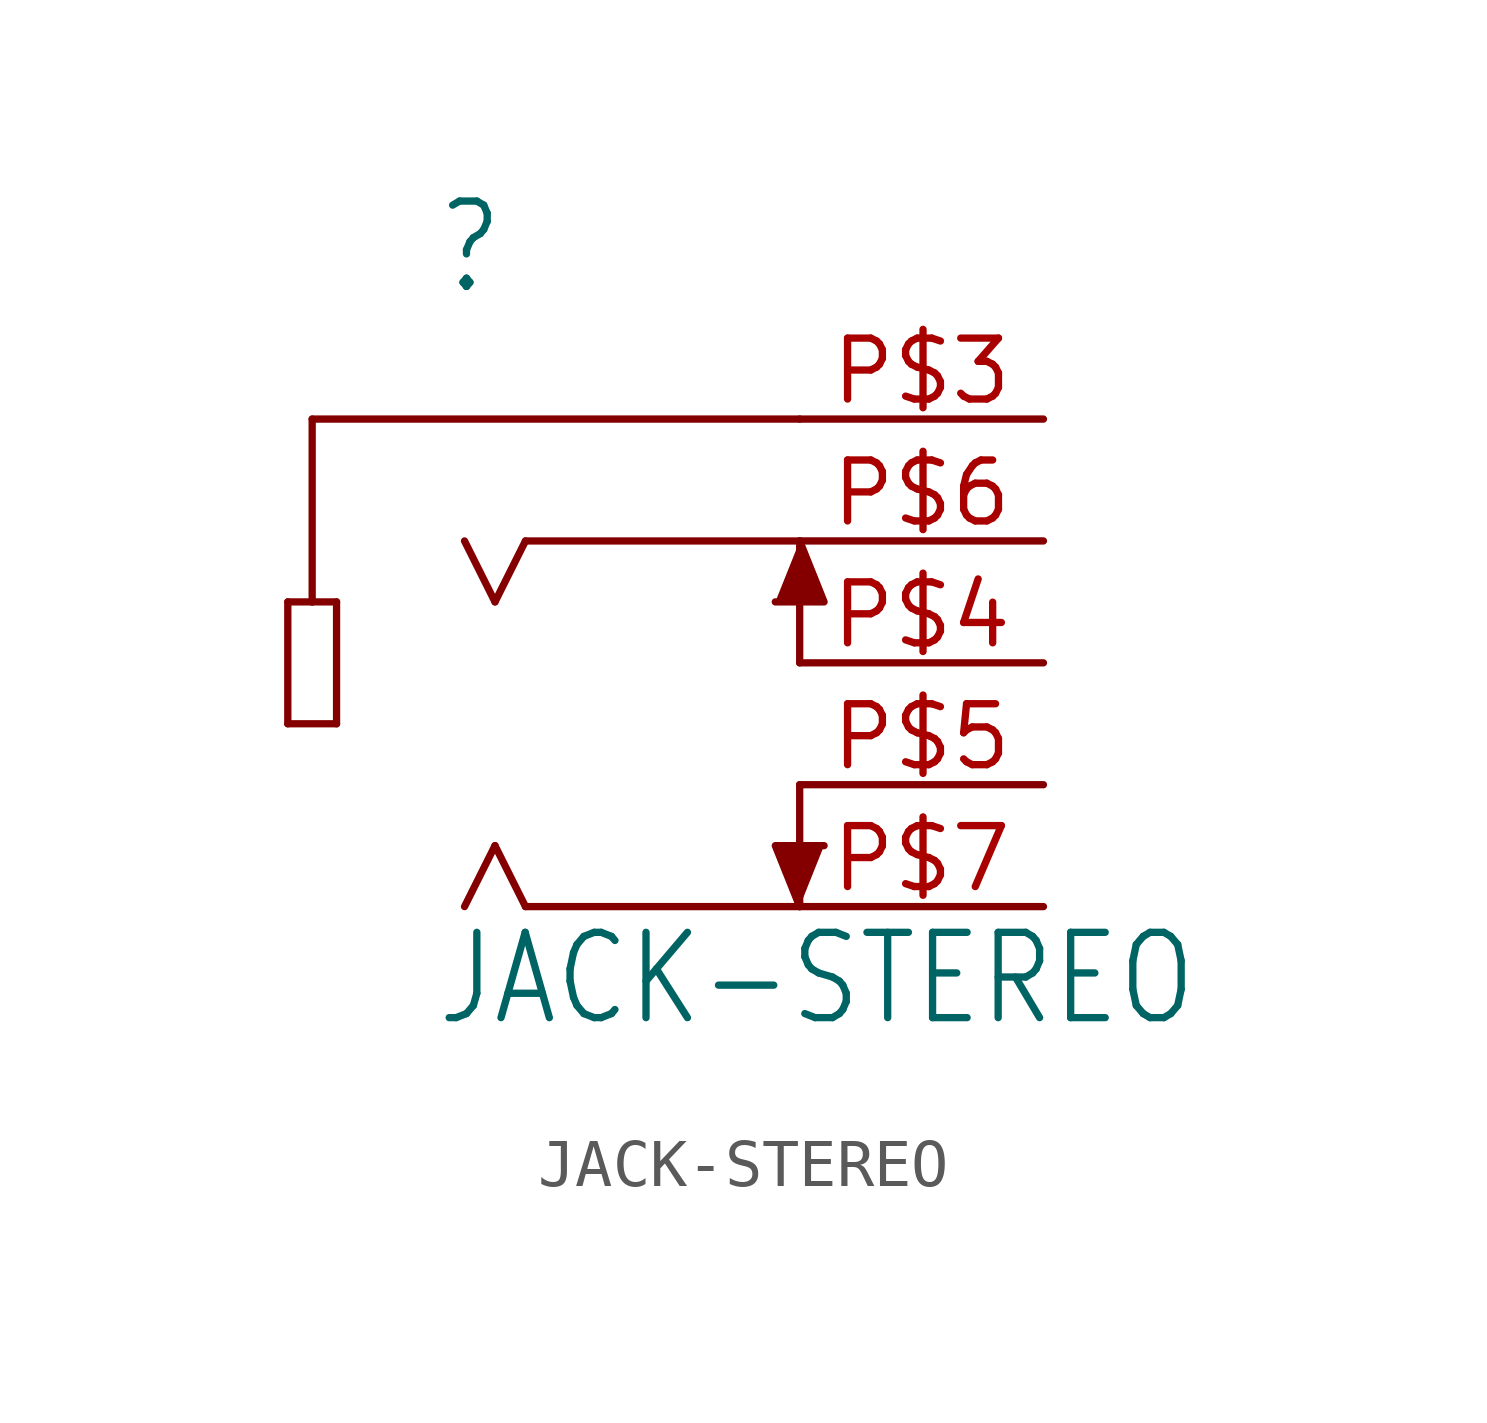
<source format=kicad_sym>
(kicad_symbol_lib
  (version 20211014)
  (generator kicad_symbol_editor)
  (symbol "JACK-STEREO"
    (property "Reference" ""
      (at -7.62 10.16 0)
      (effects (font (size 1.778 1.511)) (justify left bottom)))
    (property "Value" "JACK-STEREO"
      (at -7.62 -5.08 0)
      (effects (font (size 1.778 1.511)) (justify left bottom)))
    (property "ki_locked" ""
      (at 0 0 0)
      (effects (font (size 1.27 1.27))))
    (symbol "JACK-STEREO_1_0"
      (polyline (pts (xy -10.668 1.27) (xy -9.652 1.27)) (stroke (width 0.152) (type default) (color 0 0 0 0)) (fill (type none)))
      (polyline (pts (xy -10.668 3.81) (xy -10.668 1.27)) (stroke (width 0.152) (type default) (color 0 0 0 0)) (fill (type none)))
      (polyline (pts (xy -10.16 3.81) (xy -10.668 3.81)) (stroke (width 0.152) (type default) (color 0 0 0 0)) (fill (type none)))
      (polyline (pts (xy -10.16 7.62) (xy -10.16 3.81)) (stroke (width 0.152) (type default) (color 0 0 0 0)) (fill (type none)))
      (polyline (pts (xy -9.652 1.27) (xy -9.652 3.81)) (stroke (width 0.152) (type default) (color 0 0 0 0)) (fill (type none)))
      (polyline (pts (xy -9.652 3.81) (xy -10.16 3.81)) (stroke (width 0.152) (type default) (color 0 0 0 0)) (fill (type none)))
      (polyline (pts (xy -6.35 -1.27) (xy -6.985 -2.54)) (stroke (width 0.152) (type default) (color 0 0 0 0)) (fill (type none)))
      (polyline (pts (xy -6.35 3.81) (xy -6.985 5.08)) (stroke (width 0.152) (type default) (color 0 0 0 0)) (fill (type none)))
      (polyline (pts (xy -5.715 -2.54) (xy -6.35 -1.27)) (stroke (width 0.152) (type default) (color 0 0 0 0)) (fill (type none)))
      (polyline (pts (xy -5.715 5.08) (xy -6.35 3.81)) (stroke (width 0.152) (type default) (color 0 0 0 0)) (fill (type none)))
      (polyline (pts (xy 0 -2.54) (xy -5.715 -2.54)) (stroke (width 0.152) (type default) (color 0 0 0 0)) (fill (type none)))
      (polyline (pts (xy 0 0) (xy 0 -2.54)) (stroke (width 0.152) (type default) (color 0 0 0 0)) (fill (type none)))
      (polyline (pts (xy 0 2.54) (xy 0 5.08)) (stroke (width 0.152) (type default) (color 0 0 0 0)) (fill (type none)))
      (polyline (pts (xy 0 5.08) (xy -5.715 5.08)) (stroke (width 0.152) (type default) (color 0 0 0 0)) (fill (type none)))
      (polyline (pts (xy 0 7.62) (xy -10.16 7.62)) (stroke (width 0.152) (type default) (color 0 0 0 0)) (fill (type none)))
      (polyline (pts (xy 0 -2.54) (xy -0.508 -1.27) (xy 0.508 -1.27)) (stroke (width 0) (type default) (color 0 0 0 0)) (fill (type outline)))
      (polyline (pts (xy 0 5.08) (xy 0.508 3.81) (xy -0.508 3.81)) (stroke (width 0) (type default) (color 0 0 0 0)) (fill (type outline)))
      (pin passive line (at 5.08 7.62 180) (length 5.08) (name "1" (effects (font (size 0 0)))) (number "P$3" (effects (font (size 1.27 1.27)))))
      (pin passive line (at 5.08 2.54 180) (length 5.08) (name "3" (effects (font (size 0 0)))) (number "P$4" (effects (font (size 1.27 1.27)))))
      (pin passive line (at 5.08 0 180) (length 5.08) (name "4" (effects (font (size 0 0)))) (number "P$5" (effects (font (size 1.27 1.27)))))
      (pin passive line (at 5.08 5.08 180) (length 5.08) (name "2" (effects (font (size 0 0)))) (number "P$6" (effects (font (size 1.27 1.27)))))
      (pin passive line (at 5.08 -2.54 180) (length 5.08) (name "5" (effects (font (size 0 0)))) (number "P$7" (effects (font (size 1.27 1.27))))))))
</source>
